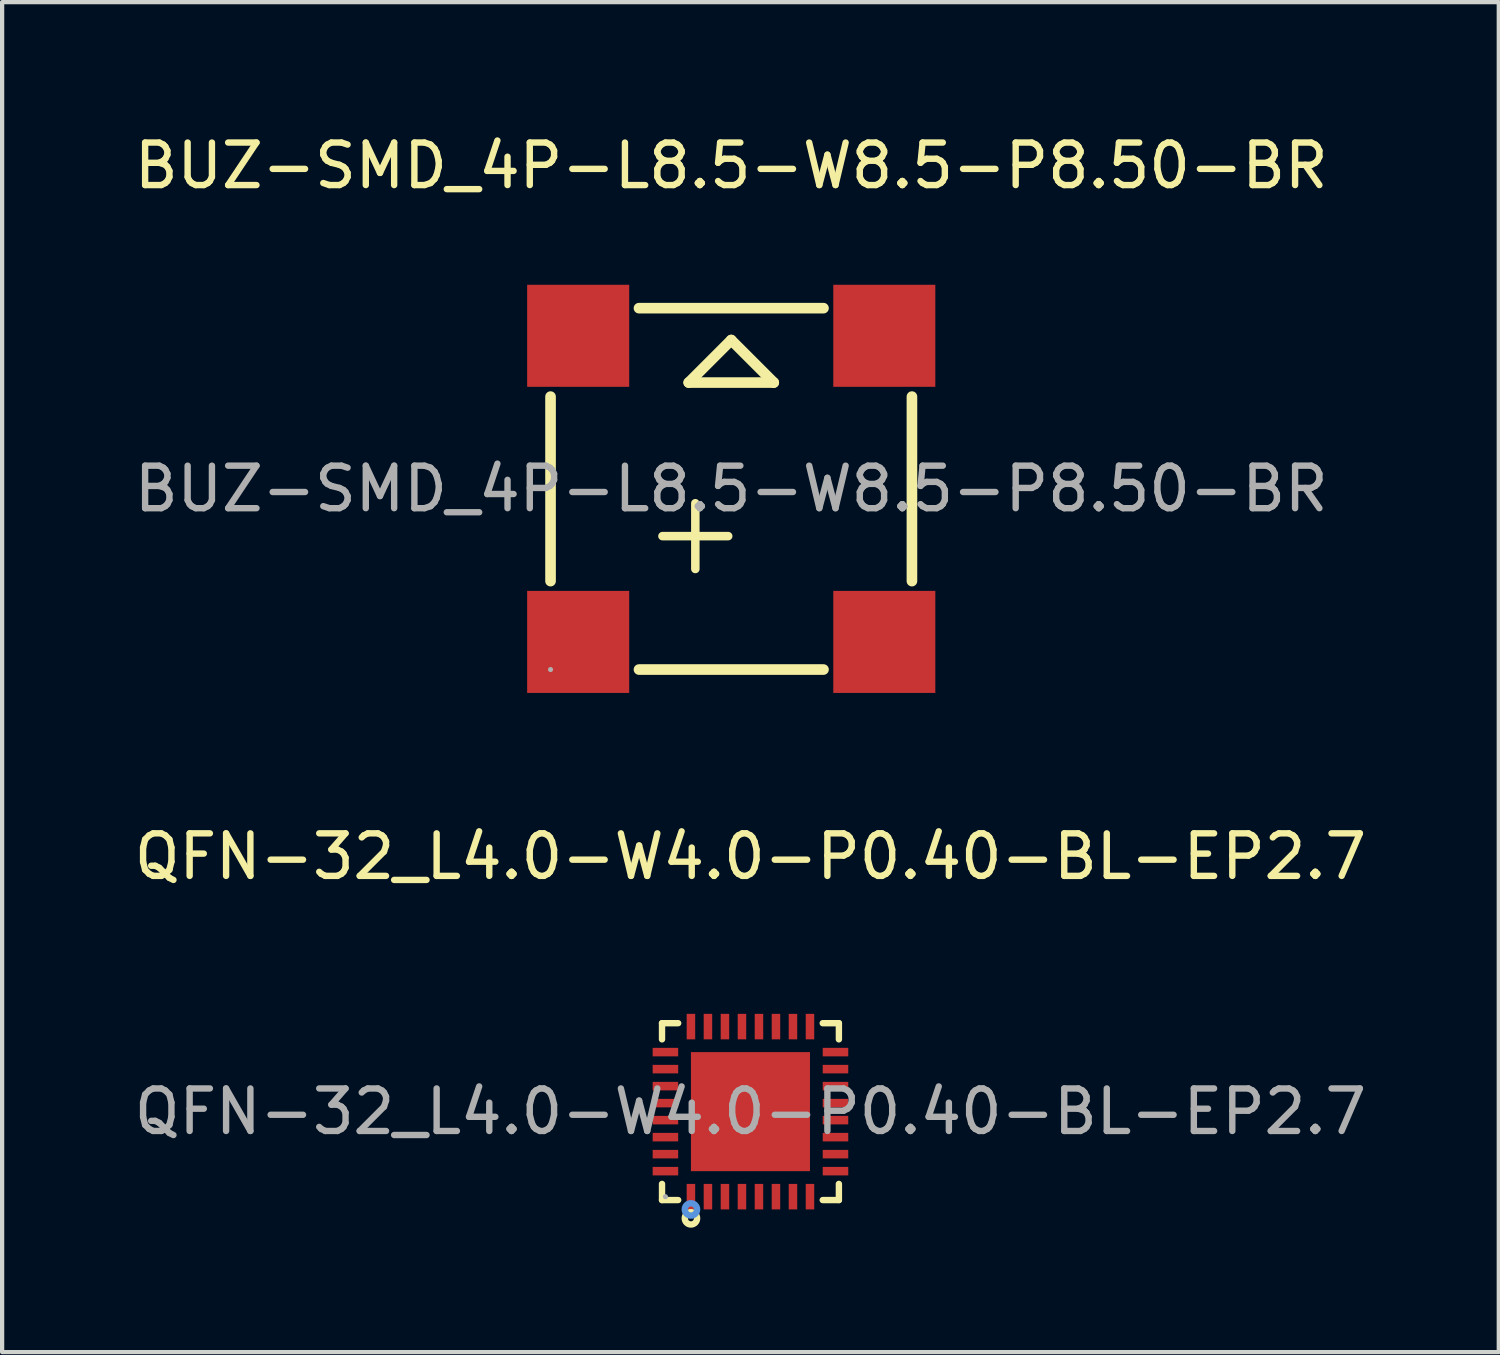
<source format=kicad_pcb>
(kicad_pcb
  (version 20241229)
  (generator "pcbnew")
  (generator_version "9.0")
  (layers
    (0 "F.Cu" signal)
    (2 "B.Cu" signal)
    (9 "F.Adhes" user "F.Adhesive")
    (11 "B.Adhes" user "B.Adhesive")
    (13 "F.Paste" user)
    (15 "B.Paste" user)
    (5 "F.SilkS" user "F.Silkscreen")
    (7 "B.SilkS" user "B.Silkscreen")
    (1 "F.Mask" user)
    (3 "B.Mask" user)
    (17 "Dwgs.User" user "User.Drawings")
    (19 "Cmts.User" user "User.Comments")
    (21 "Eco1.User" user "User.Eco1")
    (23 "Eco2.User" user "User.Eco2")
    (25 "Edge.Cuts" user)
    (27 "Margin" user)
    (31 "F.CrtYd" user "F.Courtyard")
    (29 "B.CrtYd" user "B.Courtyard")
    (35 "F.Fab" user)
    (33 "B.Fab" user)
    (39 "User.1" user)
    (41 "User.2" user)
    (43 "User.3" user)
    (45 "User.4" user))
  (footprint "BUZ-SMD_4P-L8.5-W8.5-P8.50-BR"
    (layer "F.Cu")
    (at 14.149 8.448)
    (property "Reference" "BUZ-SMD_4P-L8.5-W8.5-P8.50-BR" (at 0 -7.6 0) (layer "F.SilkS") (effects (font (size 1 1) (thickness 0.15))))
    (attr smd)
    (fp_line (start -4.25 2.17) (end -4.25 -2.17) (stroke (width 0.25) (type solid)) (layer "F.SilkS"))
    (fp_line (start -2.17 -4.25) (end 2.17 -4.25) (stroke (width 0.25) (type solid)) (layer "F.SilkS"))
    (fp_line (start -1 -2.5) (end 1 -2.5) (stroke (width 0.25) (type solid)) (layer "F.SilkS"))
    (fp_line (start 0 -3.5) (end -1 -2.5) (stroke (width 0.25) (type solid)) (layer "F.SilkS"))
    (fp_line (start 1 -2.5) (end 0 -3.5) (stroke (width 0.25) (type solid)) (layer "F.SilkS"))
    (fp_line (start 2.17 4.25) (end -2.17 4.25) (stroke (width 0.25) (type solid)) (layer "F.SilkS"))
    (fp_line (start 4.25 -2.17) (end 4.25 2.17) (stroke (width 0.25) (type solid)) (layer "F.SilkS"))
    (fp_circle (center -4.25 4.25) (end -4.22 4.25) (stroke (width 0.06) (type solid)) (fill no) (layer "F.Fab"))
    (fp_text user "+" (at -1 2.5 90) (layer "F.SilkS") (effects (font (size 2.03 2.03) (thickness 0.2)) (justify left)))
    (fp_text user "${REFERENCE}" (at 0 0 0) (layer "F.Fab") (effects (font (size 1 1) (thickness 0.15))))
    (pad "1" smd rect (at -3.6 3.6) (size 2.4 2.4) (layers "F.Cu" "F.Mask" "F.Paste"))
    (pad "2" smd rect (at 3.6 3.6) (size 2.4 2.4) (layers "F.Cu" "F.Mask" "F.Paste"))
    (pad "3" smd rect (at 3.6 -3.6) (size 2.4 2.4) (layers "F.Cu" "F.Mask" "F.Paste"))
    (pad "4" smd rect (at -3.6 -3.6) (size 2.4 2.4) (layers "F.Cu" "F.Mask" "F.Paste")))
  (footprint "QFN-32_L4.0-W4.0-P0.40-BL-EP2.7"
    (layer "F.Cu")
    (at 14.601 23.096)
    (property "Reference" "QFN-32_L4.0-W4.0-P0.40-BL-EP2.7" (at 0 -6 0) (layer "F.SilkS") (effects (font (size 1 1) (thickness 0.15))))
    (attr smd)
    (fp_line (start -2.08 -2.08) (end -1.7 -2.08) (stroke (width 0.15) (type solid)) (layer "F.SilkS"))
    (fp_line (start -2.08 -1.7) (end -2.08 -2.08) (stroke (width 0.15) (type solid)) (layer "F.SilkS"))
    (fp_line (start -2.08 1.7) (end -2.08 2.08) (stroke (width 0.15) (type solid)) (layer "F.SilkS"))
    (fp_line (start -2.08 2.08) (end -1.7 2.08) (stroke (width 0.15) (type solid)) (layer "F.SilkS"))
    (fp_line (start 2.08 -2.08) (end 1.7 -2.08) (stroke (width 0.15) (type solid)) (layer "F.SilkS"))
    (fp_line (start 2.08 -1.7) (end 2.08 -2.08) (stroke (width 0.15) (type solid)) (layer "F.SilkS"))
    (fp_line (start 2.08 1.7) (end 2.08 2.08) (stroke (width 0.15) (type solid)) (layer "F.SilkS"))
    (fp_line (start 2.08 2.08) (end 1.7 2.08) (stroke (width 0.15) (type solid)) (layer "F.SilkS"))
    (fp_circle (center -1.4 2.51) (end -1.33 2.51) (stroke (width 0.15) (type solid)) (fill no) (layer "F.SilkS"))
    (fp_circle (center -1.4 2.3) (end -1.33 2.3) (stroke (width 0.15) (type solid)) (fill no) (layer "Cmts.User"))
    (fp_circle (center -2 2) (end -1.97 2) (stroke (width 0.06) (type solid)) (fill no) (layer "F.Fab"))
    (fp_text user "${REFERENCE}" (at 0 0 0) (layer "F.Fab") (effects (font (size 1 1) (thickness 0.15))))
    (pad "1" smd rect (at -1.4 2) (size 0.2 0.6) (layers "F.Cu" "F.Mask" "F.Paste"))
    (pad "2" smd rect (at -1 2) (size 0.2 0.6) (layers "F.Cu" "F.Mask" "F.Paste"))
    (pad "3" smd rect (at -0.6 2) (size 0.2 0.6) (layers "F.Cu" "F.Mask" "F.Paste"))
    (pad "4" smd rect (at -0.2 2) (size 0.2 0.6) (layers "F.Cu" "F.Mask" "F.Paste"))
    (pad "5" smd rect (at 0.2 2) (size 0.2 0.6) (layers "F.Cu" "F.Mask" "F.Paste"))
    (pad "6" smd rect (at 0.6 2) (size 0.2 0.6) (layers "F.Cu" "F.Mask" "F.Paste"))
    (pad "7" smd rect (at 1 2) (size 0.2 0.6) (layers "F.Cu" "F.Mask" "F.Paste"))
    (pad "8" smd rect (at 1.4 2) (size 0.2 0.6) (layers "F.Cu" "F.Mask" "F.Paste"))
    (pad "9" smd rect (at 2 1.4) (size 0.6 0.2) (layers "F.Cu" "F.Mask" "F.Paste"))
    (pad "10" smd rect (at 2 1) (size 0.6 0.2) (layers "F.Cu" "F.Mask" "F.Paste"))
    (pad "11" smd rect (at 2 0.6) (size 0.6 0.2) (layers "F.Cu" "F.Mask" "F.Paste"))
    (pad "12" smd rect (at 2 0.2) (size 0.6 0.2) (layers "F.Cu" "F.Mask" "F.Paste"))
    (pad "13" smd rect (at 2 -0.2) (size 0.6 0.2) (layers "F.Cu" "F.Mask" "F.Paste"))
    (pad "14" smd rect (at 2 -0.6) (size 0.6 0.2) (layers "F.Cu" "F.Mask" "F.Paste"))
    (pad "15" smd rect (at 2 -1) (size 0.6 0.2) (layers "F.Cu" "F.Mask" "F.Paste"))
    (pad "16" smd rect (at 2 -1.4) (size 0.6 0.2) (layers "F.Cu" "F.Mask" "F.Paste"))
    (pad "17" smd rect (at 1.4 -2) (size 0.2 0.6) (layers "F.Cu" "F.Mask" "F.Paste"))
    (pad "18" smd rect (at 1 -2) (size 0.2 0.6) (layers "F.Cu" "F.Mask" "F.Paste"))
    (pad "19" smd rect (at 0.6 -2) (size 0.2 0.6) (layers "F.Cu" "F.Mask" "F.Paste"))
    (pad "20" smd rect (at 0.2 -2) (size 0.2 0.6) (layers "F.Cu" "F.Mask" "F.Paste"))
    (pad "21" smd rect (at -0.2 -2) (size 0.2 0.6) (layers "F.Cu" "F.Mask" "F.Paste"))
    (pad "22" smd rect (at -0.6 -2) (size 0.2 0.6) (layers "F.Cu" "F.Mask" "F.Paste"))
    (pad "23" smd rect (at -1 -2) (size 0.2 0.6) (layers "F.Cu" "F.Mask" "F.Paste"))
    (pad "24" smd rect (at -1.4 -2) (size 0.2 0.6) (layers "F.Cu" "F.Mask" "F.Paste"))
    (pad "25" smd rect (at -2 -1.4) (size 0.6 0.2) (layers "F.Cu" "F.Mask" "F.Paste"))
    (pad "26" smd rect (at -2 -1) (size 0.6 0.2) (layers "F.Cu" "F.Mask" "F.Paste"))
    (pad "27" smd rect (at -2 -0.6) (size 0.6 0.2) (layers "F.Cu" "F.Mask" "F.Paste"))
    (pad "28" smd rect (at -2 -0.2) (size 0.6 0.2) (layers "F.Cu" "F.Mask" "F.Paste"))
    (pad "29" smd rect (at -2 0.2) (size 0.6 0.2) (layers "F.Cu" "F.Mask" "F.Paste"))
    (pad "30" smd rect (at -2 0.6) (size 0.6 0.2) (layers "F.Cu" "F.Mask" "F.Paste"))
    (pad "31" smd rect (at -2 1) (size 0.6 0.2) (layers "F.Cu" "F.Mask" "F.Paste"))
    (pad "32" smd rect (at -2 1.4) (size 0.6 0.2) (layers "F.Cu" "F.Mask" "F.Paste"))
    (pad "33" smd rect (at 0 0) (size 2.8 2.8) (layers "F.Cu" "F.Mask" "F.Paste")))
  (gr_rect
    (start -3 -3)
    (end 32.202 28.752)
    (stroke (width 0.1) (type default))
    (fill no)
    (layer "Edge.Cuts")))
</source>
